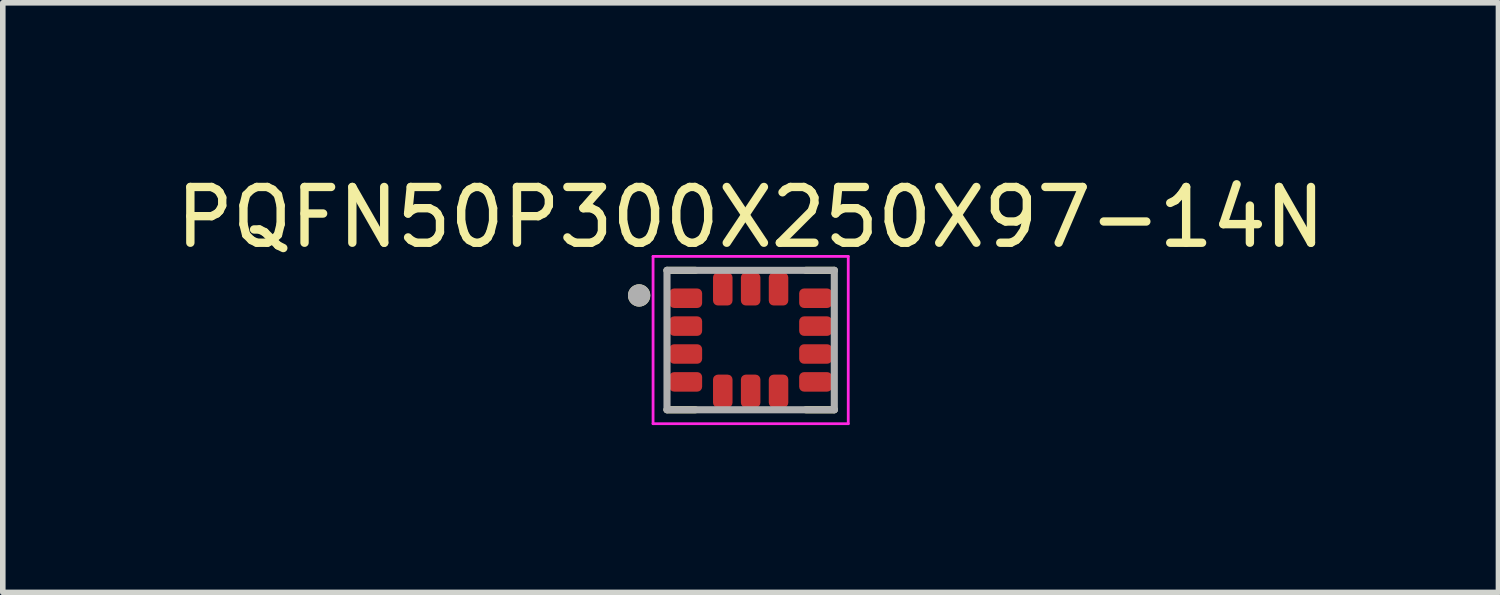
<source format=kicad_pcb>
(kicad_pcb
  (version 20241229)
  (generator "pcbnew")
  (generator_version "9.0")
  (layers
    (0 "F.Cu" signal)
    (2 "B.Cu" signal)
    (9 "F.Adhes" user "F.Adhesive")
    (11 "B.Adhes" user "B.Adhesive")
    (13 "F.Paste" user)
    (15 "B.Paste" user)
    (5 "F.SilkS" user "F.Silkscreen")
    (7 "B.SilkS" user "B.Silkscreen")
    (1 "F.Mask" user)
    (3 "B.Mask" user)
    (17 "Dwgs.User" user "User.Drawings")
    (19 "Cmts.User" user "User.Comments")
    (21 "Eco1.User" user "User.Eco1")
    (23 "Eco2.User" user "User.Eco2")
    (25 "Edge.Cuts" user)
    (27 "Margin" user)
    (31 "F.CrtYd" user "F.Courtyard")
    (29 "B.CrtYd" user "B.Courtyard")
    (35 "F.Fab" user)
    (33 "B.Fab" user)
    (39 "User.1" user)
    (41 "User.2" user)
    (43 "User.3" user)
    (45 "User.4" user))
  (footprint "PQFN50P300X250X97-14N"
    (layer "F.Cu")
    (at 10.411 3.048)
    (property "Reference" "PQFN50P300X250X97-14N" (at 0 -2.2 0) (layer "F.SilkS") (effects (font (size 1 1) (thickness 0.15))))
    (attr smd)
    (fp_poly (pts (xy -0.82 -0.85) (xy -0.82 -0.65) (xy -0.82 -0.643) (xy -0.821 -0.637) (xy -0.822 -0.63) (xy -0.823 -0.624) (xy -0.824 -0.618) (xy -0.826 -0.611) (xy -0.828 -0.605) (xy -0.831 -0.599) (xy -0.834 -0.593) (xy -0.837 -0.588) (xy -0.84 -0.582) (xy -0.844 -0.577) (xy -0.848 -0.571) (xy -0.852 -0.566) (xy -0.857 -0.562) (xy -0.861 -0.557) (xy -0.866 -0.553) (xy -0.872 -0.549) (xy -0.877 -0.545) (xy -0.882 -0.542) (xy -0.888 -0.539) (xy -0.894 -0.536) (xy -0.9 -0.533) (xy -0.906 -0.531) (xy -0.913 -0.529) (xy -0.919 -0.528) (xy -0.925 -0.527) (xy -0.932 -0.526) (xy -0.938 -0.525) (xy -0.945 -0.525) (xy -1.385 -0.525) (xy -1.392 -0.525) (xy -1.398 -0.526) (xy -1.405 -0.527) (xy -1.411 -0.528) (xy -1.417 -0.529) (xy -1.424 -0.531) (xy -1.43 -0.533) (xy -1.436 -0.536) (xy -1.442 -0.539) (xy -1.448 -0.542) (xy -1.453 -0.545) (xy -1.458 -0.549) (xy -1.464 -0.553) (xy -1.469 -0.557) (xy -1.473 -0.562) (xy -1.478 -0.566) (xy -1.482 -0.571) (xy -1.486 -0.577) (xy -1.49 -0.582) (xy -1.493 -0.588) (xy -1.496 -0.593) (xy -1.499 -0.599) (xy -1.502 -0.605) (xy -1.504 -0.611) (xy -1.506 -0.618) (xy -1.507 -0.624) (xy -1.508 -0.63) (xy -1.509 -0.637) (xy -1.51 -0.643) (xy -1.51 -0.65) (xy -1.51 -0.85) (xy -1.51 -0.857) (xy -1.509 -0.863) (xy -1.508 -0.87) (xy -1.507 -0.876) (xy -1.506 -0.882) (xy -1.504 -0.889) (xy -1.502 -0.895) (xy -1.499 -0.901) (xy -1.496 -0.907) (xy -1.493 -0.912) (xy -1.49 -0.918) (xy -1.486 -0.923) (xy -1.482 -0.929) (xy -1.478 -0.934) (xy -1.473 -0.938) (xy -1.469 -0.943) (xy -1.464 -0.947) (xy -1.458 -0.951) (xy -1.453 -0.955) (xy -1.448 -0.958) (xy -1.442 -0.961) (xy -1.436 -0.964) (xy -1.43 -0.967) (xy -1.424 -0.969) (xy -1.417 -0.971) (xy -1.411 -0.972) (xy -1.405 -0.973) (xy -1.398 -0.974) (xy -1.392 -0.975) (xy -1.385 -0.975) (xy -0.945 -0.975) (xy -0.938 -0.975) (xy -0.932 -0.974) (xy -0.925 -0.973) (xy -0.919 -0.972) (xy -0.913 -0.971) (xy -0.906 -0.969) (xy -0.9 -0.967) (xy -0.894 -0.964) (xy -0.888 -0.961) (xy -0.882 -0.958) (xy -0.877 -0.955) (xy -0.872 -0.951) (xy -0.866 -0.947) (xy -0.861 -0.943) (xy -0.857 -0.938) (xy -0.852 -0.934) (xy -0.848 -0.929) (xy -0.844 -0.923) (xy -0.84 -0.918) (xy -0.837 -0.912) (xy -0.834 -0.907) (xy -0.831 -0.901) (xy -0.828 -0.895) (xy -0.826 -0.889) (xy -0.824 -0.882) (xy -0.823 -0.876) (xy -0.822 -0.87) (xy -0.821 -0.863) (xy -0.82 -0.857) (xy -0.82 -0.85)) (stroke (width 0.01) (type solid)) (fill yes) (layer "F.Mask"))
    (fp_poly (pts (xy -0.82 -0.35) (xy -0.82 -0.15) (xy -0.82 -0.143) (xy -0.821 -0.137) (xy -0.822 -0.13) (xy -0.823 -0.124) (xy -0.824 -0.118) (xy -0.826 -0.111) (xy -0.828 -0.105) (xy -0.831 -0.099) (xy -0.834 -0.093) (xy -0.837 -0.088) (xy -0.84 -0.082) (xy -0.844 -0.077) (xy -0.848 -0.071) (xy -0.852 -0.066) (xy -0.857 -0.062) (xy -0.861 -0.057) (xy -0.866 -0.053) (xy -0.872 -0.049) (xy -0.877 -0.045) (xy -0.882 -0.042) (xy -0.888 -0.039) (xy -0.894 -0.036) (xy -0.9 -0.033) (xy -0.906 -0.031) (xy -0.913 -0.029) (xy -0.919 -0.028) (xy -0.925 -0.027) (xy -0.932 -0.026) (xy -0.938 -0.025) (xy -0.945 -0.025) (xy -1.385 -0.025) (xy -1.392 -0.025) (xy -1.398 -0.026) (xy -1.405 -0.027) (xy -1.411 -0.028) (xy -1.417 -0.029) (xy -1.424 -0.031) (xy -1.43 -0.033) (xy -1.436 -0.036) (xy -1.442 -0.039) (xy -1.448 -0.042) (xy -1.453 -0.045) (xy -1.458 -0.049) (xy -1.464 -0.053) (xy -1.469 -0.057) (xy -1.473 -0.062) (xy -1.478 -0.066) (xy -1.482 -0.071) (xy -1.486 -0.077) (xy -1.49 -0.082) (xy -1.493 -0.088) (xy -1.496 -0.093) (xy -1.499 -0.099) (xy -1.502 -0.105) (xy -1.504 -0.111) (xy -1.506 -0.118) (xy -1.507 -0.124) (xy -1.508 -0.13) (xy -1.509 -0.137) (xy -1.51 -0.143) (xy -1.51 -0.15) (xy -1.51 -0.35) (xy -1.51 -0.357) (xy -1.509 -0.363) (xy -1.508 -0.37) (xy -1.507 -0.376) (xy -1.506 -0.382) (xy -1.504 -0.389) (xy -1.502 -0.395) (xy -1.499 -0.401) (xy -1.496 -0.407) (xy -1.493 -0.412) (xy -1.49 -0.418) (xy -1.486 -0.423) (xy -1.482 -0.429) (xy -1.478 -0.434) (xy -1.473 -0.438) (xy -1.469 -0.443) (xy -1.464 -0.447) (xy -1.458 -0.451) (xy -1.453 -0.455) (xy -1.448 -0.458) (xy -1.442 -0.461) (xy -1.436 -0.464) (xy -1.43 -0.467) (xy -1.424 -0.469) (xy -1.417 -0.471) (xy -1.411 -0.472) (xy -1.405 -0.473) (xy -1.398 -0.474) (xy -1.392 -0.475) (xy -1.385 -0.475) (xy -0.945 -0.475) (xy -0.938 -0.475) (xy -0.932 -0.474) (xy -0.925 -0.473) (xy -0.919 -0.472) (xy -0.913 -0.471) (xy -0.906 -0.469) (xy -0.9 -0.467) (xy -0.894 -0.464) (xy -0.888 -0.461) (xy -0.882 -0.458) (xy -0.877 -0.455) (xy -0.872 -0.451) (xy -0.866 -0.447) (xy -0.861 -0.443) (xy -0.857 -0.438) (xy -0.852 -0.434) (xy -0.848 -0.429) (xy -0.844 -0.423) (xy -0.84 -0.418) (xy -0.837 -0.412) (xy -0.834 -0.407) (xy -0.831 -0.401) (xy -0.828 -0.395) (xy -0.826 -0.389) (xy -0.824 -0.382) (xy -0.823 -0.376) (xy -0.822 -0.37) (xy -0.821 -0.363) (xy -0.82 -0.357) (xy -0.82 -0.35)) (stroke (width 0.01) (type solid)) (fill yes) (layer "F.Mask"))
    (fp_poly (pts (xy -0.82 0.15) (xy -0.82 0.35) (xy -0.82 0.357) (xy -0.821 0.363) (xy -0.822 0.37) (xy -0.823 0.376) (xy -0.824 0.382) (xy -0.826 0.389) (xy -0.828 0.395) (xy -0.831 0.401) (xy -0.834 0.407) (xy -0.837 0.412) (xy -0.84 0.418) (xy -0.844 0.423) (xy -0.848 0.429) (xy -0.852 0.434) (xy -0.857 0.438) (xy -0.861 0.443) (xy -0.866 0.447) (xy -0.872 0.451) (xy -0.877 0.455) (xy -0.882 0.458) (xy -0.888 0.461) (xy -0.894 0.464) (xy -0.9 0.467) (xy -0.906 0.469) (xy -0.913 0.471) (xy -0.919 0.472) (xy -0.925 0.473) (xy -0.932 0.474) (xy -0.938 0.475) (xy -0.945 0.475) (xy -1.385 0.475) (xy -1.392 0.475) (xy -1.398 0.474) (xy -1.405 0.473) (xy -1.411 0.472) (xy -1.417 0.471) (xy -1.424 0.469) (xy -1.43 0.467) (xy -1.436 0.464) (xy -1.442 0.461) (xy -1.448 0.458) (xy -1.453 0.455) (xy -1.458 0.451) (xy -1.464 0.447) (xy -1.469 0.443) (xy -1.473 0.438) (xy -1.478 0.434) (xy -1.482 0.429) (xy -1.486 0.423) (xy -1.49 0.418) (xy -1.493 0.412) (xy -1.496 0.407) (xy -1.499 0.401) (xy -1.502 0.395) (xy -1.504 0.389) (xy -1.506 0.382) (xy -1.507 0.376) (xy -1.508 0.37) (xy -1.509 0.363) (xy -1.51 0.357) (xy -1.51 0.35) (xy -1.51 0.15) (xy -1.51 0.143) (xy -1.509 0.137) (xy -1.508 0.13) (xy -1.507 0.124) (xy -1.506 0.118) (xy -1.504 0.111) (xy -1.502 0.105) (xy -1.499 0.099) (xy -1.496 0.093) (xy -1.493 0.088) (xy -1.49 0.082) (xy -1.486 0.077) (xy -1.482 0.071) (xy -1.478 0.066) (xy -1.473 0.062) (xy -1.469 0.057) (xy -1.464 0.053) (xy -1.458 0.049) (xy -1.453 0.045) (xy -1.448 0.042) (xy -1.442 0.039) (xy -1.436 0.036) (xy -1.43 0.033) (xy -1.424 0.031) (xy -1.417 0.029) (xy -1.411 0.028) (xy -1.405 0.027) (xy -1.398 0.026) (xy -1.392 0.025) (xy -1.385 0.025) (xy -0.945 0.025) (xy -0.938 0.025) (xy -0.932 0.026) (xy -0.925 0.027) (xy -0.919 0.028) (xy -0.913 0.029) (xy -0.906 0.031) (xy -0.9 0.033) (xy -0.894 0.036) (xy -0.888 0.039) (xy -0.882 0.042) (xy -0.877 0.045) (xy -0.872 0.049) (xy -0.866 0.053) (xy -0.861 0.057) (xy -0.857 0.062) (xy -0.852 0.066) (xy -0.848 0.071) (xy -0.844 0.077) (xy -0.84 0.082) (xy -0.837 0.088) (xy -0.834 0.093) (xy -0.831 0.099) (xy -0.828 0.105) (xy -0.826 0.111) (xy -0.824 0.118) (xy -0.823 0.124) (xy -0.822 0.13) (xy -0.821 0.137) (xy -0.82 0.143) (xy -0.82 0.15)) (stroke (width 0.01) (type solid)) (fill yes) (layer "F.Mask"))
    (fp_poly (pts (xy -0.82 0.65) (xy -0.82 0.85) (xy -0.82 0.857) (xy -0.821 0.863) (xy -0.822 0.87) (xy -0.823 0.876) (xy -0.824 0.882) (xy -0.826 0.889) (xy -0.828 0.895) (xy -0.831 0.901) (xy -0.834 0.907) (xy -0.837 0.912) (xy -0.84 0.918) (xy -0.844 0.923) (xy -0.848 0.929) (xy -0.852 0.934) (xy -0.857 0.938) (xy -0.861 0.943) (xy -0.866 0.947) (xy -0.872 0.951) (xy -0.877 0.955) (xy -0.882 0.958) (xy -0.888 0.961) (xy -0.894 0.964) (xy -0.9 0.967) (xy -0.906 0.969) (xy -0.913 0.971) (xy -0.919 0.972) (xy -0.925 0.973) (xy -0.932 0.974) (xy -0.938 0.975) (xy -0.945 0.975) (xy -1.385 0.975) (xy -1.392 0.975) (xy -1.398 0.974) (xy -1.405 0.973) (xy -1.411 0.972) (xy -1.417 0.971) (xy -1.424 0.969) (xy -1.43 0.967) (xy -1.436 0.964) (xy -1.442 0.961) (xy -1.448 0.958) (xy -1.453 0.955) (xy -1.458 0.951) (xy -1.464 0.947) (xy -1.469 0.943) (xy -1.473 0.938) (xy -1.478 0.934) (xy -1.482 0.929) (xy -1.486 0.923) (xy -1.49 0.918) (xy -1.493 0.912) (xy -1.496 0.907) (xy -1.499 0.901) (xy -1.502 0.895) (xy -1.504 0.889) (xy -1.506 0.882) (xy -1.507 0.876) (xy -1.508 0.87) (xy -1.509 0.863) (xy -1.51 0.857) (xy -1.51 0.85) (xy -1.51 0.65) (xy -1.51 0.643) (xy -1.509 0.637) (xy -1.508 0.63) (xy -1.507 0.624) (xy -1.506 0.618) (xy -1.504 0.611) (xy -1.502 0.605) (xy -1.499 0.599) (xy -1.496 0.593) (xy -1.493 0.588) (xy -1.49 0.582) (xy -1.486 0.577) (xy -1.482 0.571) (xy -1.478 0.566) (xy -1.473 0.562) (xy -1.469 0.557) (xy -1.464 0.553) (xy -1.458 0.549) (xy -1.453 0.545) (xy -1.448 0.542) (xy -1.442 0.539) (xy -1.436 0.536) (xy -1.43 0.533) (xy -1.424 0.531) (xy -1.417 0.529) (xy -1.411 0.528) (xy -1.405 0.527) (xy -1.398 0.526) (xy -1.392 0.525) (xy -1.385 0.525) (xy -0.945 0.525) (xy -0.938 0.525) (xy -0.932 0.526) (xy -0.925 0.527) (xy -0.919 0.528) (xy -0.913 0.529) (xy -0.906 0.531) (xy -0.9 0.533) (xy -0.894 0.536) (xy -0.888 0.539) (xy -0.882 0.542) (xy -0.877 0.545) (xy -0.872 0.549) (xy -0.866 0.553) (xy -0.861 0.557) (xy -0.857 0.562) (xy -0.852 0.566) (xy -0.848 0.571) (xy -0.844 0.577) (xy -0.84 0.582) (xy -0.837 0.588) (xy -0.834 0.593) (xy -0.831 0.599) (xy -0.828 0.605) (xy -0.826 0.611) (xy -0.824 0.618) (xy -0.823 0.624) (xy -0.822 0.63) (xy -0.821 0.637) (xy -0.82 0.643) (xy -0.82 0.65)) (stroke (width 0.01) (type solid)) (fill yes) (layer "F.Mask"))
    (fp_poly (pts (xy -0.6 -1.26) (xy -0.4 -1.26) (xy -0.393 -1.26) (xy -0.387 -1.259) (xy -0.38 -1.258) (xy -0.374 -1.257) (xy -0.368 -1.256) (xy -0.361 -1.254) (xy -0.355 -1.252) (xy -0.349 -1.249) (xy -0.343 -1.246) (xy -0.338 -1.243) (xy -0.332 -1.24) (xy -0.327 -1.236) (xy -0.321 -1.232) (xy -0.316 -1.228) (xy -0.312 -1.223) (xy -0.307 -1.219) (xy -0.303 -1.214) (xy -0.299 -1.208) (xy -0.295 -1.203) (xy -0.292 -1.198) (xy -0.289 -1.192) (xy -0.286 -1.186) (xy -0.283 -1.18) (xy -0.281 -1.174) (xy -0.279 -1.167) (xy -0.278 -1.161) (xy -0.277 -1.155) (xy -0.276 -1.148) (xy -0.275 -1.142) (xy -0.275 -1.135) (xy -0.275 -0.695) (xy -0.275 -0.688) (xy -0.276 -0.682) (xy -0.277 -0.675) (xy -0.278 -0.669) (xy -0.279 -0.663) (xy -0.281 -0.656) (xy -0.283 -0.65) (xy -0.286 -0.644) (xy -0.289 -0.638) (xy -0.292 -0.632) (xy -0.295 -0.627) (xy -0.299 -0.622) (xy -0.303 -0.616) (xy -0.307 -0.611) (xy -0.312 -0.607) (xy -0.316 -0.602) (xy -0.321 -0.598) (xy -0.327 -0.594) (xy -0.332 -0.59) (xy -0.338 -0.587) (xy -0.343 -0.584) (xy -0.349 -0.581) (xy -0.355 -0.578) (xy -0.361 -0.576) (xy -0.368 -0.574) (xy -0.374 -0.573) (xy -0.38 -0.572) (xy -0.387 -0.571) (xy -0.393 -0.57) (xy -0.4 -0.57) (xy -0.6 -0.57) (xy -0.607 -0.57) (xy -0.613 -0.571) (xy -0.62 -0.572) (xy -0.626 -0.573) (xy -0.632 -0.574) (xy -0.639 -0.576) (xy -0.645 -0.578) (xy -0.651 -0.581) (xy -0.657 -0.584) (xy -0.663 -0.587) (xy -0.668 -0.59) (xy -0.673 -0.594) (xy -0.679 -0.598) (xy -0.684 -0.602) (xy -0.688 -0.607) (xy -0.693 -0.611) (xy -0.697 -0.616) (xy -0.701 -0.622) (xy -0.705 -0.627) (xy -0.708 -0.632) (xy -0.711 -0.638) (xy -0.714 -0.644) (xy -0.717 -0.65) (xy -0.719 -0.656) (xy -0.721 -0.663) (xy -0.722 -0.669) (xy -0.723 -0.675) (xy -0.724 -0.682) (xy -0.725 -0.688) (xy -0.725 -0.695) (xy -0.725 -1.135) (xy -0.725 -1.142) (xy -0.724 -1.148) (xy -0.723 -1.155) (xy -0.722 -1.161) (xy -0.721 -1.167) (xy -0.719 -1.174) (xy -0.717 -1.18) (xy -0.714 -1.186) (xy -0.711 -1.192) (xy -0.708 -1.198) (xy -0.705 -1.203) (xy -0.701 -1.208) (xy -0.697 -1.214) (xy -0.693 -1.219) (xy -0.688 -1.223) (xy -0.684 -1.228) (xy -0.679 -1.232) (xy -0.673 -1.236) (xy -0.668 -1.24) (xy -0.662 -1.243) (xy -0.657 -1.246) (xy -0.651 -1.249) (xy -0.645 -1.252) (xy -0.639 -1.254) (xy -0.632 -1.256) (xy -0.626 -1.257) (xy -0.62 -1.258) (xy -0.613 -1.259) (xy -0.607 -1.26) (xy -0.6 -1.26)) (stroke (width 0.01) (type solid)) (fill yes) (layer "F.Mask"))
    (fp_poly (pts (xy -0.6 0.57) (xy -0.4 0.57) (xy -0.393 0.57) (xy -0.387 0.571) (xy -0.38 0.572) (xy -0.374 0.573) (xy -0.368 0.574) (xy -0.361 0.576) (xy -0.355 0.578) (xy -0.349 0.581) (xy -0.343 0.584) (xy -0.338 0.587) (xy -0.332 0.59) (xy -0.327 0.594) (xy -0.321 0.598) (xy -0.316 0.602) (xy -0.312 0.607) (xy -0.307 0.611) (xy -0.303 0.616) (xy -0.299 0.622) (xy -0.295 0.627) (xy -0.292 0.632) (xy -0.289 0.638) (xy -0.286 0.644) (xy -0.283 0.65) (xy -0.281 0.656) (xy -0.279 0.663) (xy -0.278 0.669) (xy -0.277 0.675) (xy -0.276 0.682) (xy -0.275 0.688) (xy -0.275 0.695) (xy -0.275 1.135) (xy -0.275 1.142) (xy -0.276 1.148) (xy -0.277 1.155) (xy -0.278 1.161) (xy -0.279 1.167) (xy -0.281 1.174) (xy -0.283 1.18) (xy -0.286 1.186) (xy -0.289 1.192) (xy -0.292 1.198) (xy -0.295 1.203) (xy -0.299 1.208) (xy -0.303 1.214) (xy -0.307 1.219) (xy -0.312 1.223) (xy -0.316 1.228) (xy -0.321 1.232) (xy -0.327 1.236) (xy -0.332 1.24) (xy -0.338 1.243) (xy -0.343 1.246) (xy -0.349 1.249) (xy -0.355 1.252) (xy -0.361 1.254) (xy -0.368 1.256) (xy -0.374 1.257) (xy -0.38 1.258) (xy -0.387 1.259) (xy -0.393 1.26) (xy -0.4 1.26) (xy -0.6 1.26) (xy -0.607 1.26) (xy -0.613 1.259) (xy -0.62 1.258) (xy -0.626 1.257) (xy -0.632 1.256) (xy -0.639 1.254) (xy -0.645 1.252) (xy -0.651 1.249) (xy -0.657 1.246) (xy -0.663 1.243) (xy -0.668 1.24) (xy -0.673 1.236) (xy -0.679 1.232) (xy -0.684 1.228) (xy -0.688 1.223) (xy -0.693 1.219) (xy -0.697 1.214) (xy -0.701 1.208) (xy -0.705 1.203) (xy -0.708 1.198) (xy -0.711 1.192) (xy -0.714 1.186) (xy -0.717 1.18) (xy -0.719 1.174) (xy -0.721 1.167) (xy -0.722 1.161) (xy -0.723 1.155) (xy -0.724 1.148) (xy -0.725 1.142) (xy -0.725 1.135) (xy -0.725 0.695) (xy -0.725 0.688) (xy -0.724 0.682) (xy -0.723 0.675) (xy -0.722 0.669) (xy -0.721 0.663) (xy -0.719 0.656) (xy -0.717 0.65) (xy -0.714 0.644) (xy -0.711 0.638) (xy -0.708 0.632) (xy -0.705 0.627) (xy -0.701 0.622) (xy -0.697 0.616) (xy -0.693 0.611) (xy -0.688 0.607) (xy -0.684 0.602) (xy -0.679 0.598) (xy -0.673 0.594) (xy -0.668 0.59) (xy -0.662 0.587) (xy -0.657 0.584) (xy -0.651 0.581) (xy -0.645 0.578) (xy -0.639 0.576) (xy -0.632 0.574) (xy -0.626 0.573) (xy -0.62 0.572) (xy -0.613 0.571) (xy -0.607 0.57) (xy -0.6 0.57)) (stroke (width 0.01) (type solid)) (fill yes) (layer "F.Mask"))
    (fp_poly (pts (xy -0.1 -1.26) (xy 0.1 -1.26) (xy 0.107 -1.26) (xy 0.113 -1.259) (xy 0.12 -1.258) (xy 0.126 -1.257) (xy 0.132 -1.256) (xy 0.139 -1.254) (xy 0.145 -1.252) (xy 0.151 -1.249) (xy 0.157 -1.246) (xy 0.163 -1.243) (xy 0.168 -1.24) (xy 0.173 -1.236) (xy 0.179 -1.232) (xy 0.184 -1.228) (xy 0.188 -1.223) (xy 0.193 -1.219) (xy 0.197 -1.214) (xy 0.201 -1.208) (xy 0.205 -1.203) (xy 0.208 -1.198) (xy 0.211 -1.192) (xy 0.214 -1.186) (xy 0.217 -1.18) (xy 0.219 -1.174) (xy 0.221 -1.167) (xy 0.222 -1.161) (xy 0.223 -1.155) (xy 0.224 -1.148) (xy 0.225 -1.142) (xy 0.225 -1.135) (xy 0.225 -0.695) (xy 0.225 -0.688) (xy 0.224 -0.682) (xy 0.223 -0.675) (xy 0.222 -0.669) (xy 0.221 -0.663) (xy 0.219 -0.656) (xy 0.217 -0.65) (xy 0.214 -0.644) (xy 0.211 -0.638) (xy 0.208 -0.632) (xy 0.205 -0.627) (xy 0.201 -0.622) (xy 0.197 -0.616) (xy 0.193 -0.611) (xy 0.188 -0.607) (xy 0.184 -0.602) (xy 0.179 -0.598) (xy 0.173 -0.594) (xy 0.168 -0.59) (xy 0.163 -0.587) (xy 0.157 -0.584) (xy 0.151 -0.581) (xy 0.145 -0.578) (xy 0.139 -0.576) (xy 0.132 -0.574) (xy 0.126 -0.573) (xy 0.12 -0.572) (xy 0.113 -0.571) (xy 0.107 -0.57) (xy 0.1 -0.57) (xy -0.1 -0.57) (xy -0.107 -0.57) (xy -0.113 -0.571) (xy -0.12 -0.572) (xy -0.126 -0.573) (xy -0.132 -0.574) (xy -0.139 -0.576) (xy -0.145 -0.578) (xy -0.151 -0.581) (xy -0.157 -0.584) (xy -0.163 -0.587) (xy -0.168 -0.59) (xy -0.173 -0.594) (xy -0.179 -0.598) (xy -0.184 -0.602) (xy -0.188 -0.607) (xy -0.193 -0.611) (xy -0.197 -0.616) (xy -0.201 -0.622) (xy -0.205 -0.627) (xy -0.208 -0.632) (xy -0.211 -0.638) (xy -0.214 -0.644) (xy -0.217 -0.65) (xy -0.219 -0.656) (xy -0.221 -0.663) (xy -0.222 -0.669) (xy -0.223 -0.675) (xy -0.224 -0.682) (xy -0.225 -0.688) (xy -0.225 -0.695) (xy -0.225 -1.135) (xy -0.225 -1.142) (xy -0.224 -1.148) (xy -0.223 -1.155) (xy -0.222 -1.161) (xy -0.221 -1.167) (xy -0.219 -1.174) (xy -0.217 -1.18) (xy -0.214 -1.186) (xy -0.211 -1.192) (xy -0.208 -1.198) (xy -0.205 -1.203) (xy -0.201 -1.208) (xy -0.197 -1.214) (xy -0.193 -1.219) (xy -0.188 -1.223) (xy -0.184 -1.228) (xy -0.179 -1.232) (xy -0.173 -1.236) (xy -0.168 -1.24) (xy -0.162 -1.243) (xy -0.157 -1.246) (xy -0.151 -1.249) (xy -0.145 -1.252) (xy -0.139 -1.254) (xy -0.132 -1.256) (xy -0.126 -1.257) (xy -0.12 -1.258) (xy -0.113 -1.259) (xy -0.107 -1.26) (xy -0.1 -1.26)) (stroke (width 0.01) (type solid)) (fill yes) (layer "F.Mask"))
    (fp_poly (pts (xy -0.1 0.57) (xy 0.1 0.57) (xy 0.107 0.57) (xy 0.113 0.571) (xy 0.12 0.572) (xy 0.126 0.573) (xy 0.132 0.574) (xy 0.139 0.576) (xy 0.145 0.578) (xy 0.151 0.581) (xy 0.157 0.584) (xy 0.163 0.587) (xy 0.168 0.59) (xy 0.173 0.594) (xy 0.179 0.598) (xy 0.184 0.602) (xy 0.188 0.607) (xy 0.193 0.611) (xy 0.197 0.616) (xy 0.201 0.622) (xy 0.205 0.627) (xy 0.208 0.632) (xy 0.211 0.638) (xy 0.214 0.644) (xy 0.217 0.65) (xy 0.219 0.656) (xy 0.221 0.663) (xy 0.222 0.669) (xy 0.223 0.675) (xy 0.224 0.682) (xy 0.225 0.688) (xy 0.225 0.695) (xy 0.225 1.135) (xy 0.225 1.142) (xy 0.224 1.148) (xy 0.223 1.155) (xy 0.222 1.161) (xy 0.221 1.167) (xy 0.219 1.174) (xy 0.217 1.18) (xy 0.214 1.186) (xy 0.211 1.192) (xy 0.208 1.198) (xy 0.205 1.203) (xy 0.201 1.208) (xy 0.197 1.214) (xy 0.193 1.219) (xy 0.188 1.223) (xy 0.184 1.228) (xy 0.179 1.232) (xy 0.173 1.236) (xy 0.168 1.24) (xy 0.163 1.243) (xy 0.157 1.246) (xy 0.151 1.249) (xy 0.145 1.252) (xy 0.139 1.254) (xy 0.132 1.256) (xy 0.126 1.257) (xy 0.12 1.258) (xy 0.113 1.259) (xy 0.107 1.26) (xy 0.1 1.26) (xy -0.1 1.26) (xy -0.107 1.26) (xy -0.113 1.259) (xy -0.12 1.258) (xy -0.126 1.257) (xy -0.132 1.256) (xy -0.139 1.254) (xy -0.145 1.252) (xy -0.151 1.249) (xy -0.157 1.246) (xy -0.163 1.243) (xy -0.168 1.24) (xy -0.173 1.236) (xy -0.179 1.232) (xy -0.184 1.228) (xy -0.188 1.223) (xy -0.193 1.219) (xy -0.197 1.214) (xy -0.201 1.208) (xy -0.205 1.203) (xy -0.208 1.198) (xy -0.211 1.192) (xy -0.214 1.186) (xy -0.217 1.18) (xy -0.219 1.174) (xy -0.221 1.167) (xy -0.222 1.161) (xy -0.223 1.155) (xy -0.224 1.148) (xy -0.225 1.142) (xy -0.225 1.135) (xy -0.225 0.695) (xy -0.225 0.688) (xy -0.224 0.682) (xy -0.223 0.675) (xy -0.222 0.669) (xy -0.221 0.663) (xy -0.219 0.656) (xy -0.217 0.65) (xy -0.214 0.644) (xy -0.211 0.638) (xy -0.208 0.632) (xy -0.205 0.627) (xy -0.201 0.622) (xy -0.197 0.616) (xy -0.193 0.611) (xy -0.188 0.607) (xy -0.184 0.602) (xy -0.179 0.598) (xy -0.173 0.594) (xy -0.168 0.59) (xy -0.162 0.587) (xy -0.157 0.584) (xy -0.151 0.581) (xy -0.145 0.578) (xy -0.139 0.576) (xy -0.132 0.574) (xy -0.126 0.573) (xy -0.12 0.572) (xy -0.113 0.571) (xy -0.107 0.57) (xy -0.1 0.57)) (stroke (width 0.01) (type solid)) (fill yes) (layer "F.Mask"))
    (fp_poly (pts (xy 0.4 -1.26) (xy 0.6 -1.26) (xy 0.607 -1.26) (xy 0.613 -1.259) (xy 0.62 -1.258) (xy 0.626 -1.257) (xy 0.632 -1.256) (xy 0.639 -1.254) (xy 0.645 -1.252) (xy 0.651 -1.249) (xy 0.657 -1.246) (xy 0.662 -1.243) (xy 0.668 -1.24) (xy 0.673 -1.236) (xy 0.679 -1.232) (xy 0.684 -1.228) (xy 0.688 -1.223) (xy 0.693 -1.219) (xy 0.697 -1.214) (xy 0.701 -1.208) (xy 0.705 -1.203) (xy 0.708 -1.198) (xy 0.711 -1.192) (xy 0.714 -1.186) (xy 0.717 -1.18) (xy 0.719 -1.174) (xy 0.721 -1.167) (xy 0.722 -1.161) (xy 0.723 -1.155) (xy 0.724 -1.148) (xy 0.725 -1.142) (xy 0.725 -1.135) (xy 0.725 -0.695) (xy 0.725 -0.688) (xy 0.724 -0.682) (xy 0.723 -0.675) (xy 0.722 -0.669) (xy 0.721 -0.663) (xy 0.719 -0.656) (xy 0.717 -0.65) (xy 0.714 -0.644) (xy 0.711 -0.638) (xy 0.708 -0.632) (xy 0.705 -0.627) (xy 0.701 -0.622) (xy 0.697 -0.616) (xy 0.693 -0.611) (xy 0.688 -0.607) (xy 0.684 -0.602) (xy 0.679 -0.598) (xy 0.673 -0.594) (xy 0.668 -0.59) (xy 0.662 -0.587) (xy 0.657 -0.584) (xy 0.651 -0.581) (xy 0.645 -0.578) (xy 0.639 -0.576) (xy 0.632 -0.574) (xy 0.626 -0.573) (xy 0.62 -0.572) (xy 0.613 -0.571) (xy 0.607 -0.57) (xy 0.6 -0.57) (xy 0.4 -0.57) (xy 0.393 -0.57) (xy 0.387 -0.571) (xy 0.38 -0.572) (xy 0.374 -0.573) (xy 0.368 -0.574) (xy 0.361 -0.576) (xy 0.355 -0.578) (xy 0.349 -0.581) (xy 0.343 -0.584) (xy 0.337 -0.587) (xy 0.332 -0.59) (xy 0.327 -0.594) (xy 0.321 -0.598) (xy 0.316 -0.602) (xy 0.312 -0.607) (xy 0.307 -0.611) (xy 0.303 -0.616) (xy 0.299 -0.622) (xy 0.295 -0.627) (xy 0.292 -0.632) (xy 0.289 -0.638) (xy 0.286 -0.644) (xy 0.283 -0.65) (xy 0.281 -0.656) (xy 0.279 -0.663) (xy 0.278 -0.669) (xy 0.277 -0.675) (xy 0.276 -0.682) (xy 0.275 -0.688) (xy 0.275 -0.695) (xy 0.275 -1.135) (xy 0.275 -1.142) (xy 0.276 -1.148) (xy 0.277 -1.155) (xy 0.278 -1.161) (xy 0.279 -1.167) (xy 0.281 -1.174) (xy 0.283 -1.18) (xy 0.286 -1.186) (xy 0.289 -1.192) (xy 0.292 -1.198) (xy 0.295 -1.203) (xy 0.299 -1.208) (xy 0.303 -1.214) (xy 0.307 -1.219) (xy 0.312 -1.223) (xy 0.316 -1.228) (xy 0.321 -1.232) (xy 0.327 -1.236) (xy 0.332 -1.24) (xy 0.338 -1.243) (xy 0.343 -1.246) (xy 0.349 -1.249) (xy 0.355 -1.252) (xy 0.361 -1.254) (xy 0.368 -1.256) (xy 0.374 -1.257) (xy 0.38 -1.258) (xy 0.387 -1.259) (xy 0.393 -1.26) (xy 0.4 -1.26)) (stroke (width 0.01) (type solid)) (fill yes) (layer "F.Mask"))
    (fp_poly (pts (xy 0.4 0.57) (xy 0.6 0.57) (xy 0.607 0.57) (xy 0.613 0.571) (xy 0.62 0.572) (xy 0.626 0.573) (xy 0.632 0.574) (xy 0.639 0.576) (xy 0.645 0.578) (xy 0.651 0.581) (xy 0.657 0.584) (xy 0.662 0.587) (xy 0.668 0.59) (xy 0.673 0.594) (xy 0.679 0.598) (xy 0.684 0.602) (xy 0.688 0.607) (xy 0.693 0.611) (xy 0.697 0.616) (xy 0.701 0.622) (xy 0.705 0.627) (xy 0.708 0.632) (xy 0.711 0.638) (xy 0.714 0.644) (xy 0.717 0.65) (xy 0.719 0.656) (xy 0.721 0.663) (xy 0.722 0.669) (xy 0.723 0.675) (xy 0.724 0.682) (xy 0.725 0.688) (xy 0.725 0.695) (xy 0.725 1.135) (xy 0.725 1.142) (xy 0.724 1.148) (xy 0.723 1.155) (xy 0.722 1.161) (xy 0.721 1.167) (xy 0.719 1.174) (xy 0.717 1.18) (xy 0.714 1.186) (xy 0.711 1.192) (xy 0.708 1.198) (xy 0.705 1.203) (xy 0.701 1.208) (xy 0.697 1.214) (xy 0.693 1.219) (xy 0.688 1.223) (xy 0.684 1.228) (xy 0.679 1.232) (xy 0.673 1.236) (xy 0.668 1.24) (xy 0.662 1.243) (xy 0.657 1.246) (xy 0.651 1.249) (xy 0.645 1.252) (xy 0.639 1.254) (xy 0.632 1.256) (xy 0.626 1.257) (xy 0.62 1.258) (xy 0.613 1.259) (xy 0.607 1.26) (xy 0.6 1.26) (xy 0.4 1.26) (xy 0.393 1.26) (xy 0.387 1.259) (xy 0.38 1.258) (xy 0.374 1.257) (xy 0.368 1.256) (xy 0.361 1.254) (xy 0.355 1.252) (xy 0.349 1.249) (xy 0.343 1.246) (xy 0.337 1.243) (xy 0.332 1.24) (xy 0.327 1.236) (xy 0.321 1.232) (xy 0.316 1.228) (xy 0.312 1.223) (xy 0.307 1.219) (xy 0.303 1.214) (xy 0.299 1.208) (xy 0.295 1.203) (xy 0.292 1.198) (xy 0.289 1.192) (xy 0.286 1.186) (xy 0.283 1.18) (xy 0.281 1.174) (xy 0.279 1.167) (xy 0.278 1.161) (xy 0.277 1.155) (xy 0.276 1.148) (xy 0.275 1.142) (xy 0.275 1.135) (xy 0.275 0.695) (xy 0.275 0.688) (xy 0.276 0.682) (xy 0.277 0.675) (xy 0.278 0.669) (xy 0.279 0.663) (xy 0.281 0.656) (xy 0.283 0.65) (xy 0.286 0.644) (xy 0.289 0.638) (xy 0.292 0.632) (xy 0.295 0.627) (xy 0.299 0.622) (xy 0.303 0.616) (xy 0.307 0.611) (xy 0.312 0.607) (xy 0.316 0.602) (xy 0.321 0.598) (xy 0.327 0.594) (xy 0.332 0.59) (xy 0.338 0.587) (xy 0.343 0.584) (xy 0.349 0.581) (xy 0.355 0.578) (xy 0.361 0.576) (xy 0.368 0.574) (xy 0.374 0.573) (xy 0.38 0.572) (xy 0.387 0.571) (xy 0.393 0.57) (xy 0.4 0.57)) (stroke (width 0.01) (type solid)) (fill yes) (layer "F.Mask"))
    (fp_poly (pts (xy 1.51 -0.85) (xy 1.51 -0.65) (xy 1.51 -0.643) (xy 1.509 -0.637) (xy 1.508 -0.63) (xy 1.507 -0.624) (xy 1.506 -0.618) (xy 1.504 -0.611) (xy 1.502 -0.605) (xy 1.499 -0.599) (xy 1.496 -0.593) (xy 1.493 -0.588) (xy 1.49 -0.582) (xy 1.486 -0.577) (xy 1.482 -0.571) (xy 1.478 -0.566) (xy 1.473 -0.562) (xy 1.469 -0.557) (xy 1.464 -0.553) (xy 1.458 -0.549) (xy 1.453 -0.545) (xy 1.448 -0.542) (xy 1.442 -0.539) (xy 1.436 -0.536) (xy 1.43 -0.533) (xy 1.424 -0.531) (xy 1.417 -0.529) (xy 1.411 -0.528) (xy 1.405 -0.527) (xy 1.398 -0.526) (xy 1.392 -0.525) (xy 1.385 -0.525) (xy 0.945 -0.525) (xy 0.938 -0.525) (xy 0.932 -0.526) (xy 0.925 -0.527) (xy 0.919 -0.528) (xy 0.913 -0.529) (xy 0.906 -0.531) (xy 0.9 -0.533) (xy 0.894 -0.536) (xy 0.888 -0.539) (xy 0.882 -0.542) (xy 0.877 -0.545) (xy 0.872 -0.549) (xy 0.866 -0.553) (xy 0.861 -0.557) (xy 0.857 -0.562) (xy 0.852 -0.566) (xy 0.848 -0.571) (xy 0.844 -0.577) (xy 0.84 -0.582) (xy 0.837 -0.588) (xy 0.834 -0.593) (xy 0.831 -0.599) (xy 0.828 -0.605) (xy 0.826 -0.611) (xy 0.824 -0.618) (xy 0.823 -0.624) (xy 0.822 -0.63) (xy 0.821 -0.637) (xy 0.82 -0.643) (xy 0.82 -0.65) (xy 0.82 -0.85) (xy 0.82 -0.857) (xy 0.821 -0.863) (xy 0.822 -0.87) (xy 0.823 -0.876) (xy 0.824 -0.882) (xy 0.826 -0.889) (xy 0.828 -0.895) (xy 0.831 -0.901) (xy 0.834 -0.907) (xy 0.837 -0.912) (xy 0.84 -0.918) (xy 0.844 -0.923) (xy 0.848 -0.929) (xy 0.852 -0.934) (xy 0.857 -0.938) (xy 0.861 -0.943) (xy 0.866 -0.947) (xy 0.872 -0.951) (xy 0.877 -0.955) (xy 0.882 -0.958) (xy 0.888 -0.961) (xy 0.894 -0.964) (xy 0.9 -0.967) (xy 0.906 -0.969) (xy 0.913 -0.971) (xy 0.919 -0.972) (xy 0.925 -0.973) (xy 0.932 -0.974) (xy 0.938 -0.975) (xy 0.945 -0.975) (xy 1.385 -0.975) (xy 1.392 -0.975) (xy 1.398 -0.974) (xy 1.405 -0.973) (xy 1.411 -0.972) (xy 1.417 -0.971) (xy 1.424 -0.969) (xy 1.43 -0.967) (xy 1.436 -0.964) (xy 1.442 -0.961) (xy 1.448 -0.958) (xy 1.453 -0.955) (xy 1.458 -0.951) (xy 1.464 -0.947) (xy 1.469 -0.943) (xy 1.473 -0.938) (xy 1.478 -0.934) (xy 1.482 -0.929) (xy 1.486 -0.923) (xy 1.49 -0.918) (xy 1.493 -0.912) (xy 1.496 -0.907) (xy 1.499 -0.901) (xy 1.502 -0.895) (xy 1.504 -0.889) (xy 1.506 -0.882) (xy 1.507 -0.876) (xy 1.508 -0.87) (xy 1.509 -0.863) (xy 1.51 -0.857) (xy 1.51 -0.85)) (stroke (width 0.01) (type solid)) (fill yes) (layer "F.Mask"))
    (fp_poly (pts (xy 1.51 -0.35) (xy 1.51 -0.15) (xy 1.51 -0.143) (xy 1.509 -0.137) (xy 1.508 -0.13) (xy 1.507 -0.124) (xy 1.506 -0.118) (xy 1.504 -0.111) (xy 1.502 -0.105) (xy 1.499 -0.099) (xy 1.496 -0.093) (xy 1.493 -0.088) (xy 1.49 -0.082) (xy 1.486 -0.077) (xy 1.482 -0.071) (xy 1.478 -0.066) (xy 1.473 -0.062) (xy 1.469 -0.057) (xy 1.464 -0.053) (xy 1.458 -0.049) (xy 1.453 -0.045) (xy 1.448 -0.042) (xy 1.442 -0.039) (xy 1.436 -0.036) (xy 1.43 -0.033) (xy 1.424 -0.031) (xy 1.417 -0.029) (xy 1.411 -0.028) (xy 1.405 -0.027) (xy 1.398 -0.026) (xy 1.392 -0.025) (xy 1.385 -0.025) (xy 0.945 -0.025) (xy 0.938 -0.025) (xy 0.932 -0.026) (xy 0.925 -0.027) (xy 0.919 -0.028) (xy 0.913 -0.029) (xy 0.906 -0.031) (xy 0.9 -0.033) (xy 0.894 -0.036) (xy 0.888 -0.039) (xy 0.882 -0.042) (xy 0.877 -0.045) (xy 0.872 -0.049) (xy 0.866 -0.053) (xy 0.861 -0.057) (xy 0.857 -0.062) (xy 0.852 -0.066) (xy 0.848 -0.071) (xy 0.844 -0.077) (xy 0.84 -0.082) (xy 0.837 -0.088) (xy 0.834 -0.093) (xy 0.831 -0.099) (xy 0.828 -0.105) (xy 0.826 -0.111) (xy 0.824 -0.118) (xy 0.823 -0.124) (xy 0.822 -0.13) (xy 0.821 -0.137) (xy 0.82 -0.143) (xy 0.82 -0.15) (xy 0.82 -0.35) (xy 0.82 -0.357) (xy 0.821 -0.363) (xy 0.822 -0.37) (xy 0.823 -0.376) (xy 0.824 -0.382) (xy 0.826 -0.389) (xy 0.828 -0.395) (xy 0.831 -0.401) (xy 0.834 -0.407) (xy 0.837 -0.412) (xy 0.84 -0.418) (xy 0.844 -0.423) (xy 0.848 -0.429) (xy 0.852 -0.434) (xy 0.857 -0.438) (xy 0.861 -0.443) (xy 0.866 -0.447) (xy 0.872 -0.451) (xy 0.877 -0.455) (xy 0.882 -0.458) (xy 0.888 -0.461) (xy 0.894 -0.464) (xy 0.9 -0.467) (xy 0.906 -0.469) (xy 0.913 -0.471) (xy 0.919 -0.472) (xy 0.925 -0.473) (xy 0.932 -0.474) (xy 0.938 -0.475) (xy 0.945 -0.475) (xy 1.385 -0.475) (xy 1.392 -0.475) (xy 1.398 -0.474) (xy 1.405 -0.473) (xy 1.411 -0.472) (xy 1.417 -0.471) (xy 1.424 -0.469) (xy 1.43 -0.467) (xy 1.436 -0.464) (xy 1.442 -0.461) (xy 1.448 -0.458) (xy 1.453 -0.455) (xy 1.458 -0.451) (xy 1.464 -0.447) (xy 1.469 -0.443) (xy 1.473 -0.438) (xy 1.478 -0.434) (xy 1.482 -0.429) (xy 1.486 -0.423) (xy 1.49 -0.418) (xy 1.493 -0.412) (xy 1.496 -0.407) (xy 1.499 -0.401) (xy 1.502 -0.395) (xy 1.504 -0.389) (xy 1.506 -0.382) (xy 1.507 -0.376) (xy 1.508 -0.37) (xy 1.509 -0.363) (xy 1.51 -0.357) (xy 1.51 -0.35)) (stroke (width 0.01) (type solid)) (fill yes) (layer "F.Mask"))
    (fp_poly (pts (xy 1.51 0.15) (xy 1.51 0.35) (xy 1.51 0.357) (xy 1.509 0.363) (xy 1.508 0.37) (xy 1.507 0.376) (xy 1.506 0.382) (xy 1.504 0.389) (xy 1.502 0.395) (xy 1.499 0.401) (xy 1.496 0.407) (xy 1.493 0.412) (xy 1.49 0.418) (xy 1.486 0.423) (xy 1.482 0.429) (xy 1.478 0.434) (xy 1.473 0.438) (xy 1.469 0.443) (xy 1.464 0.447) (xy 1.458 0.451) (xy 1.453 0.455) (xy 1.448 0.458) (xy 1.442 0.461) (xy 1.436 0.464) (xy 1.43 0.467) (xy 1.424 0.469) (xy 1.417 0.471) (xy 1.411 0.472) (xy 1.405 0.473) (xy 1.398 0.474) (xy 1.392 0.475) (xy 1.385 0.475) (xy 0.945 0.475) (xy 0.938 0.475) (xy 0.932 0.474) (xy 0.925 0.473) (xy 0.919 0.472) (xy 0.913 0.471) (xy 0.906 0.469) (xy 0.9 0.467) (xy 0.894 0.464) (xy 0.888 0.461) (xy 0.882 0.458) (xy 0.877 0.455) (xy 0.872 0.451) (xy 0.866 0.447) (xy 0.861 0.443) (xy 0.857 0.438) (xy 0.852 0.434) (xy 0.848 0.429) (xy 0.844 0.423) (xy 0.84 0.418) (xy 0.837 0.412) (xy 0.834 0.407) (xy 0.831 0.401) (xy 0.828 0.395) (xy 0.826 0.389) (xy 0.824 0.382) (xy 0.823 0.376) (xy 0.822 0.37) (xy 0.821 0.363) (xy 0.82 0.357) (xy 0.82 0.35) (xy 0.82 0.15) (xy 0.82 0.143) (xy 0.821 0.137) (xy 0.822 0.13) (xy 0.823 0.124) (xy 0.824 0.118) (xy 0.826 0.111) (xy 0.828 0.105) (xy 0.831 0.099) (xy 0.834 0.093) (xy 0.837 0.088) (xy 0.84 0.082) (xy 0.844 0.077) (xy 0.848 0.071) (xy 0.852 0.066) (xy 0.857 0.062) (xy 0.861 0.057) (xy 0.866 0.053) (xy 0.872 0.049) (xy 0.877 0.045) (xy 0.882 0.042) (xy 0.888 0.039) (xy 0.894 0.036) (xy 0.9 0.033) (xy 0.906 0.031) (xy 0.913 0.029) (xy 0.919 0.028) (xy 0.925 0.027) (xy 0.932 0.026) (xy 0.938 0.025) (xy 0.945 0.025) (xy 1.385 0.025) (xy 1.392 0.025) (xy 1.398 0.026) (xy 1.405 0.027) (xy 1.411 0.028) (xy 1.417 0.029) (xy 1.424 0.031) (xy 1.43 0.033) (xy 1.436 0.036) (xy 1.442 0.039) (xy 1.448 0.042) (xy 1.453 0.045) (xy 1.458 0.049) (xy 1.464 0.053) (xy 1.469 0.057) (xy 1.473 0.062) (xy 1.478 0.066) (xy 1.482 0.071) (xy 1.486 0.077) (xy 1.49 0.082) (xy 1.493 0.088) (xy 1.496 0.093) (xy 1.499 0.099) (xy 1.502 0.105) (xy 1.504 0.111) (xy 1.506 0.118) (xy 1.507 0.124) (xy 1.508 0.13) (xy 1.509 0.137) (xy 1.51 0.143) (xy 1.51 0.15)) (stroke (width 0.01) (type solid)) (fill yes) (layer "F.Mask"))
    (fp_poly (pts (xy 1.51 0.65) (xy 1.51 0.85) (xy 1.51 0.857) (xy 1.509 0.863) (xy 1.508 0.87) (xy 1.507 0.876) (xy 1.506 0.882) (xy 1.504 0.889) (xy 1.502 0.895) (xy 1.499 0.901) (xy 1.496 0.907) (xy 1.493 0.912) (xy 1.49 0.918) (xy 1.486 0.923) (xy 1.482 0.929) (xy 1.478 0.934) (xy 1.473 0.938) (xy 1.469 0.943) (xy 1.464 0.947) (xy 1.458 0.951) (xy 1.453 0.955) (xy 1.448 0.958) (xy 1.442 0.961) (xy 1.436 0.964) (xy 1.43 0.967) (xy 1.424 0.969) (xy 1.417 0.971) (xy 1.411 0.972) (xy 1.405 0.973) (xy 1.398 0.974) (xy 1.392 0.975) (xy 1.385 0.975) (xy 0.945 0.975) (xy 0.938 0.975) (xy 0.932 0.974) (xy 0.925 0.973) (xy 0.919 0.972) (xy 0.913 0.971) (xy 0.906 0.969) (xy 0.9 0.967) (xy 0.894 0.964) (xy 0.888 0.961) (xy 0.882 0.958) (xy 0.877 0.955) (xy 0.872 0.951) (xy 0.866 0.947) (xy 0.861 0.943) (xy 0.857 0.938) (xy 0.852 0.934) (xy 0.848 0.929) (xy 0.844 0.923) (xy 0.84 0.918) (xy 0.837 0.912) (xy 0.834 0.907) (xy 0.831 0.901) (xy 0.828 0.895) (xy 0.826 0.889) (xy 0.824 0.882) (xy 0.823 0.876) (xy 0.822 0.87) (xy 0.821 0.863) (xy 0.82 0.857) (xy 0.82 0.85) (xy 0.82 0.65) (xy 0.82 0.643) (xy 0.821 0.637) (xy 0.822 0.63) (xy 0.823 0.624) (xy 0.824 0.618) (xy 0.826 0.611) (xy 0.828 0.605) (xy 0.831 0.599) (xy 0.834 0.593) (xy 0.837 0.588) (xy 0.84 0.582) (xy 0.844 0.577) (xy 0.848 0.571) (xy 0.852 0.566) (xy 0.857 0.562) (xy 0.861 0.557) (xy 0.866 0.553) (xy 0.872 0.549) (xy 0.877 0.545) (xy 0.882 0.542) (xy 0.888 0.539) (xy 0.894 0.536) (xy 0.9 0.533) (xy 0.906 0.531) (xy 0.913 0.529) (xy 0.919 0.528) (xy 0.925 0.527) (xy 0.932 0.526) (xy 0.938 0.525) (xy 0.945 0.525) (xy 1.385 0.525) (xy 1.392 0.525) (xy 1.398 0.526) (xy 1.405 0.527) (xy 1.411 0.528) (xy 1.417 0.529) (xy 1.424 0.531) (xy 1.43 0.533) (xy 1.436 0.536) (xy 1.442 0.539) (xy 1.448 0.542) (xy 1.453 0.545) (xy 1.458 0.549) (xy 1.464 0.553) (xy 1.469 0.557) (xy 1.473 0.562) (xy 1.478 0.566) (xy 1.482 0.571) (xy 1.486 0.577) (xy 1.49 0.582) (xy 1.493 0.588) (xy 1.496 0.593) (xy 1.499 0.599) (xy 1.502 0.605) (xy 1.504 0.611) (xy 1.506 0.618) (xy 1.507 0.624) (xy 1.508 0.63) (xy 1.509 0.637) (xy 1.51 0.643) (xy 1.51 0.65)) (stroke (width 0.01) (type solid)) (fill yes) (layer "F.Mask"))
    (fp_line (start -1.5 -1.25) (end -0.99 -1.25) (stroke (width 0.127) (type solid)) (layer "F.SilkS"))
    (fp_line (start -1.5 1.25) (end -0.99 1.25) (stroke (width 0.127) (type solid)) (layer "F.SilkS"))
    (fp_line (start 0.99 -1.25) (end 1.5 -1.25) (stroke (width 0.127) (type solid)) (layer "F.SilkS"))
    (fp_line (start 1.5 1.25) (end 0.99 1.25) (stroke (width 0.127) (type solid)) (layer "F.SilkS"))
    (fp_circle (center -2 -0.8) (end -1.9 -0.8) (stroke (width 0.2) (type solid)) (fill no) (layer "F.SilkS"))
    (fp_line (start -1.75 -1.5) (end 1.75 -1.5) (stroke (width 0.05) (type solid)) (layer "F.CrtYd"))
    (fp_line (start -1.75 1.5) (end -1.75 -1.5) (stroke (width 0.05) (type solid)) (layer "F.CrtYd"))
    (fp_line (start 1.75 -1.5) (end 1.75 1.5) (stroke (width 0.05) (type solid)) (layer "F.CrtYd"))
    (fp_line (start 1.75 1.5) (end -1.75 1.5) (stroke (width 0.05) (type solid)) (layer "F.CrtYd"))
    (fp_line (start -1.5 -1.25) (end 1.5 -1.25) (stroke (width 0.127) (type solid)) (layer "F.Fab"))
    (fp_line (start -1.5 1.25) (end -1.5 -1.25) (stroke (width 0.127) (type solid)) (layer "F.Fab"))
    (fp_line (start 1.5 -1.25) (end 1.5 1.25) (stroke (width 0.127) (type solid)) (layer "F.Fab"))
    (fp_line (start 1.5 1.25) (end -1.5 1.25) (stroke (width 0.127) (type solid)) (layer "F.Fab"))
    (fp_circle (center -2 -0.8) (end -1.9 -0.8) (stroke (width 0.2) (type solid)) (fill no) (layer "F.Fab"))
    (pad "1" smd roundrect (at -1.165 -0.75) (size 0.59 0.35) (layers "F.Cu" "F.Paste") (roundrect_rratio 0.25))
    (pad "2" smd roundrect (at -1.165 -0.25) (size 0.59 0.35) (layers "F.Cu" "F.Paste") (roundrect_rratio 0.25))
    (pad "3" smd roundrect (at -1.165 0.25) (size 0.59 0.35) (layers "F.Cu" "F.Paste") (roundrect_rratio 0.25))
    (pad "4" smd roundrect (at -1.165 0.75) (size 0.59 0.35) (layers "F.Cu" "F.Paste") (roundrect_rratio 0.25))
    (pad "5" smd roundrect (at -0.5 0.915) (size 0.35 0.59) (layers "F.Cu" "F.Paste") (roundrect_rratio 0.25))
    (pad "6" smd roundrect (at 0 0.915) (size 0.35 0.59) (layers "F.Cu" "F.Paste") (roundrect_rratio 0.25))
    (pad "7" smd roundrect (at 0.5 0.915) (size 0.35 0.59) (layers "F.Cu" "F.Paste") (roundrect_rratio 0.25))
    (pad "8" smd roundrect (at 1.165 0.75) (size 0.59 0.35) (layers "F.Cu" "F.Paste") (roundrect_rratio 0.25))
    (pad "9" smd roundrect (at 1.165 0.25) (size 0.59 0.35) (layers "F.Cu" "F.Paste") (roundrect_rratio 0.25))
    (pad "10" smd roundrect (at 1.165 -0.25) (size 0.59 0.35) (layers "F.Cu" "F.Paste") (roundrect_rratio 0.25))
    (pad "11" smd roundrect (at 1.165 -0.75) (size 0.59 0.35) (layers "F.Cu" "F.Paste") (roundrect_rratio 0.25))
    (pad "12" smd roundrect (at 0.5 -0.915) (size 0.35 0.59) (layers "F.Cu" "F.Paste") (roundrect_rratio 0.25))
    (pad "13" smd roundrect (at 0 -0.915) (size 0.35 0.59) (layers "F.Cu" "F.Paste") (roundrect_rratio 0.25))
    (pad "14" smd roundrect (at -0.5 -0.915) (size 0.35 0.59) (layers "F.Cu" "F.Paste") (roundrect_rratio 0.25)))
  (gr_rect
    (start -3 -3)
    (end 23.821 7.573)
    (stroke (width 0.1) (type default))
    (fill no)
    (layer "Edge.Cuts")))
</source>
